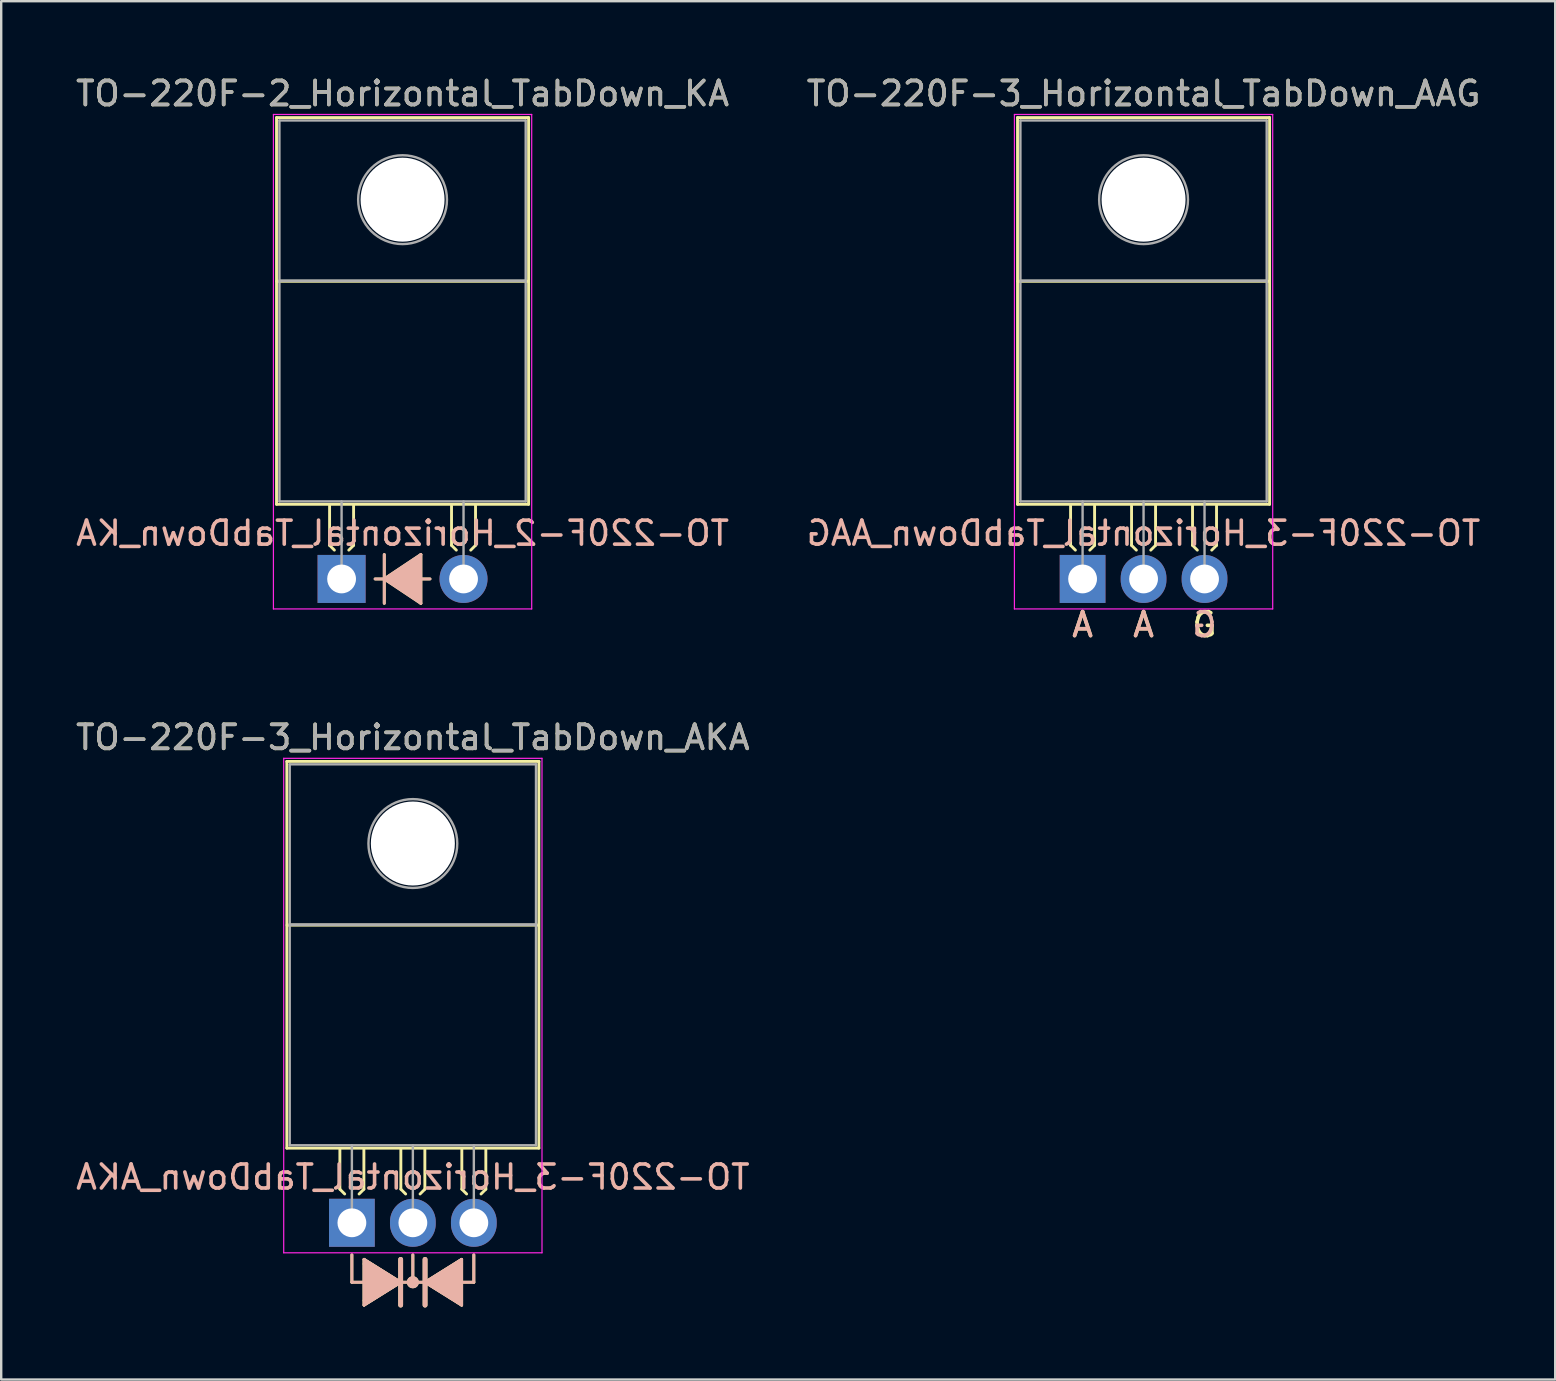
<source format=kicad_pcb>
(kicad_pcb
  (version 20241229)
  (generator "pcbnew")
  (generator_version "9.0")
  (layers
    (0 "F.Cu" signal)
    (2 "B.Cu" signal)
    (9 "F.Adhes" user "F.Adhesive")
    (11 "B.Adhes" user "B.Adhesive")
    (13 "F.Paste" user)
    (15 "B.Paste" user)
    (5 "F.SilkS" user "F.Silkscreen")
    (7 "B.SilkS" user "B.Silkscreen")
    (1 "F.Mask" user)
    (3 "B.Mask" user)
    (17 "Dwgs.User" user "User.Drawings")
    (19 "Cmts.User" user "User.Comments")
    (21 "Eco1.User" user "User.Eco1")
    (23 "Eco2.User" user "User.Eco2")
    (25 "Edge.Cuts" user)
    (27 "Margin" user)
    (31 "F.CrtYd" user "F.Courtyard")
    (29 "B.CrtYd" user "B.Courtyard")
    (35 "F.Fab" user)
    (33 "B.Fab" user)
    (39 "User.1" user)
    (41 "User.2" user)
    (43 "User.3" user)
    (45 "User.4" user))
  (footprint "TO-220F-2_Horizontal_TabDown_KA"
    (layer "F.Cu")
    (at 11.18 21.068)
    (property "Reference" "TO-220F-2_Horizontal_TabDown_KA" (at 2.54 -20.22 0) (layer "F.SilkS") (effects (font (size 1 1) (thickness 0.15))))
    (fp_line (start -2.71 -19.22) (end -2.71 -3.11) (stroke (width 0.12) (type solid)) (layer "F.SilkS"))
    (fp_line (start -2.71 -19.22) (end 7.79 -19.22) (stroke (width 0.12) (type solid)) (layer "F.SilkS"))
    (fp_line (start -2.71 -3.11) (end 7.79 -3.11) (stroke (width 0.12) (type solid)) (layer "F.SilkS"))
    (fp_line (start -2.7 -12.4) (end 7.75 -12.4) (stroke (width 0.12) (type solid)) (layer "F.SilkS"))
    (fp_line (start -0.5 -3.048) (end -0.5 -1.4) (stroke (width 0.12) (type solid)) (layer "F.SilkS"))
    (fp_line (start -0.5 -1.4) (end -0.3 -1.2) (stroke (width 0.12) (type solid)) (layer "F.SilkS"))
    (fp_line (start 0.5 -3.048) (end 0.5 -1.4) (stroke (width 0.12) (type solid)) (layer "F.SilkS"))
    (fp_line (start 0.5 -1.4) (end 0.3 -1.2) (stroke (width 0.12) (type solid)) (layer "F.SilkS"))
    (fp_line (start 1.397 0) (end 1.778 0) (stroke (width 0.12) (type solid)) (layer "F.SilkS"))
    (fp_line (start 1.778 0) (end 1.778 -1.016) (stroke (width 0.12) (type solid)) (layer "F.SilkS"))
    (fp_line (start 1.778 0) (end 1.778 1.016) (stroke (width 0.12) (type solid)) (layer "F.SilkS"))
    (fp_line (start 1.778 0) (end 3.302 1.016) (stroke (width 0.12) (type solid)) (layer "F.SilkS"))
    (fp_line (start 3.302 -1.016) (end 1.778 0) (stroke (width 0.12) (type solid)) (layer "F.SilkS"))
    (fp_line (start 3.302 0) (end 3.683 0) (stroke (width 0.12) (type solid)) (layer "F.SilkS"))
    (fp_line (start 3.302 1.016) (end 3.302 -1.016) (stroke (width 0.12) (type solid)) (layer "F.SilkS"))
    (fp_line (start 4.58 -3.048) (end 4.58 -1.4) (stroke (width 0.12) (type solid)) (layer "F.SilkS"))
    (fp_line (start 4.58 -1.4) (end 4.78 -1.2) (stroke (width 0.12) (type solid)) (layer "F.SilkS"))
    (fp_line (start 5.58 -3.048) (end 5.58 -1.4) (stroke (width 0.12) (type solid)) (layer "F.SilkS"))
    (fp_line (start 5.58 -1.4) (end 5.38 -1.2) (stroke (width 0.12) (type solid)) (layer "F.SilkS"))
    (fp_line (start 7.79 -19.22) (end 7.79 -3.11) (stroke (width 0.12) (type solid)) (layer "F.SilkS"))
    (fp_poly (pts (xy 3.3 1) (xy 1.8 0) (xy 3.3 -1)) (stroke (width 0.1) (type solid)) (fill yes) (layer "F.SilkS"))
    (fp_line (start 1.397 0) (end 1.778 0) (stroke (width 0.12) (type solid)) (layer "B.SilkS"))
    (fp_line (start 1.778 0) (end 1.778 -1.016) (stroke (width 0.12) (type solid)) (layer "B.SilkS"))
    (fp_line (start 1.778 0) (end 1.778 1.016) (stroke (width 0.12) (type solid)) (layer "B.SilkS"))
    (fp_line (start 1.778 0) (end 3.302 -1.016) (stroke (width 0.12) (type solid)) (layer "B.SilkS"))
    (fp_line (start 3.302 -1.016) (end 3.302 1.016) (stroke (width 0.12) (type solid)) (layer "B.SilkS"))
    (fp_line (start 3.302 0) (end 3.683 0) (stroke (width 0.12) (type solid)) (layer "B.SilkS"))
    (fp_line (start 3.302 1.016) (end 1.778 0) (stroke (width 0.12) (type solid)) (layer "B.SilkS"))
    (fp_poly (pts (xy 3.3 -1) (xy 1.8 0) (xy 3.3 1)) (stroke (width 0.1) (type solid)) (fill yes) (layer "B.SilkS"))
    (fp_line (start -2.84 -19.35) (end -2.84 1.25) (stroke (width 0.05) (type solid)) (layer "F.CrtYd"))
    (fp_line (start -2.84 1.25) (end 7.92 1.25) (stroke (width 0.05) (type solid)) (layer "F.CrtYd"))
    (fp_line (start 7.92 -19.35) (end -2.84 -19.35) (stroke (width 0.05) (type solid)) (layer "F.CrtYd"))
    (fp_line (start 7.92 1.25) (end 7.92 -19.35) (stroke (width 0.05) (type solid)) (layer "F.CrtYd"))
    (fp_line (start -2.59 -19.1) (end 7.67 -19.1) (stroke (width 0.1) (type solid)) (layer "F.Fab"))
    (fp_line (start -2.59 -12.42) (end -2.59 -19.1) (stroke (width 0.1) (type solid)) (layer "F.Fab"))
    (fp_line (start -2.59 -12.42) (end 7.67 -12.42) (stroke (width 0.1) (type solid)) (layer "F.Fab"))
    (fp_line (start -2.59 -3.23) (end -2.59 -12.42) (stroke (width 0.1) (type solid)) (layer "F.Fab"))
    (fp_line (start 0 -3.23) (end 0 0) (stroke (width 0.1) (type solid)) (layer "F.Fab"))
    (fp_line (start 5.08 -3.23) (end 5.08 0) (stroke (width 0.1) (type solid)) (layer "F.Fab"))
    (fp_line (start 7.67 -19.1) (end 7.67 -12.42) (stroke (width 0.1) (type solid)) (layer "F.Fab"))
    (fp_line (start 7.67 -12.42) (end -2.59 -12.42) (stroke (width 0.1) (type solid)) (layer "F.Fab"))
    (fp_line (start 7.67 -12.42) (end 7.67 -3.23) (stroke (width 0.1) (type solid)) (layer "F.Fab"))
    (fp_line (start 7.67 -3.23) (end -2.59 -3.23) (stroke (width 0.1) (type solid)) (layer "F.Fab"))
    (fp_circle (center 2.54 -15.8) (end 4.39 -15.8) (stroke (width 0.1) (type solid)) (fill no) (layer "F.Fab"))
    (fp_text user "${REFERENCE}" (at 2.54 -1.905 0) (layer "B.SilkS") (effects (font (size 1 1) (thickness 0.15)) (justify mirror)))
    (fp_text user "${REFERENCE}" (at 2.54 -20.22 0) (layer "F.Fab") (effects (font (size 1 1) (thickness 0.15))))
    (pad "" np_thru_hole oval (at 2.54 -15.8) (size 3.5 3.5) (drill 3.5) (layers "*.Cu" "*.Mask"))
    (pad "1" thru_hole rect (at 0 0) (size 2 2) (drill 1.2) (layers "*.Cu" "*.Mask"))
    (pad "2" thru_hole oval (at 5.08 0) (size 2 2) (drill 1.2) (layers "*.Cu" "*.Mask")))
  (footprint "TO-220F-3_Horizontal_TabDown_AAG"
    (layer "F.Cu")
    (at 42.049 21.068)
    (property "Reference" "TO-220F-3_Horizontal_TabDown_AAG" (at 2.54 -20.22 0) (layer "F.SilkS") (effects (font (size 1 1) (thickness 0.15))))
    (fp_line (start -2.71 -19.22) (end -2.71 -3.11) (stroke (width 0.12) (type solid)) (layer "F.SilkS"))
    (fp_line (start -2.71 -19.22) (end 7.79 -19.22) (stroke (width 0.12) (type solid)) (layer "F.SilkS"))
    (fp_line (start -2.71 -3.11) (end 7.79 -3.11) (stroke (width 0.12) (type solid)) (layer "F.SilkS"))
    (fp_line (start -2.7 -12.4) (end 7.75 -12.4) (stroke (width 0.12) (type solid)) (layer "F.SilkS"))
    (fp_line (start -0.5 -3.048) (end -0.5 -1.4) (stroke (width 0.12) (type solid)) (layer "F.SilkS"))
    (fp_line (start -0.5 -1.4) (end -0.3 -1.2) (stroke (width 0.12) (type solid)) (layer "F.SilkS"))
    (fp_line (start 0.5 -3.048) (end 0.5 -1.4) (stroke (width 0.12) (type solid)) (layer "F.SilkS"))
    (fp_line (start 0.5 -1.4) (end 0.3 -1.2) (stroke (width 0.12) (type solid)) (layer "F.SilkS"))
    (fp_line (start 2.04 -3.048) (end 2.04 -1.4) (stroke (width 0.12) (type solid)) (layer "F.SilkS"))
    (fp_line (start 2.04 -1.4) (end 2.24 -1.2) (stroke (width 0.12) (type solid)) (layer "F.SilkS"))
    (fp_line (start 3.04 -3.048) (end 3.04 -1.4) (stroke (width 0.12) (type solid)) (layer "F.SilkS"))
    (fp_line (start 3.04 -1.4) (end 2.84 -1.2) (stroke (width 0.12) (type solid)) (layer "F.SilkS"))
    (fp_line (start 4.58 -3.048) (end 4.58 -1.4) (stroke (width 0.12) (type solid)) (layer "F.SilkS"))
    (fp_line (start 4.58 -1.4) (end 4.78 -1.2) (stroke (width 0.12) (type solid)) (layer "F.SilkS"))
    (fp_line (start 5.58 -3.048) (end 5.58 -1.4) (stroke (width 0.12) (type solid)) (layer "F.SilkS"))
    (fp_line (start 5.58 -1.4) (end 5.38 -1.2) (stroke (width 0.12) (type solid)) (layer "F.SilkS"))
    (fp_line (start 7.79 -19.22) (end 7.79 -3.11) (stroke (width 0.12) (type solid)) (layer "F.SilkS"))
    (fp_line (start -2.84 -19.35) (end -2.84 1.25) (stroke (width 0.05) (type solid)) (layer "F.CrtYd"))
    (fp_line (start -2.84 1.25) (end 7.92 1.25) (stroke (width 0.05) (type solid)) (layer "F.CrtYd"))
    (fp_line (start 7.92 -19.35) (end -2.84 -19.35) (stroke (width 0.05) (type solid)) (layer "F.CrtYd"))
    (fp_line (start 7.92 1.25) (end 7.92 -19.35) (stroke (width 0.05) (type solid)) (layer "F.CrtYd"))
    (fp_line (start -2.59 -19.1) (end 7.67 -19.1) (stroke (width 0.1) (type solid)) (layer "F.Fab"))
    (fp_line (start -2.59 -12.42) (end -2.59 -19.1) (stroke (width 0.1) (type solid)) (layer "F.Fab"))
    (fp_line (start -2.59 -12.42) (end 7.67 -12.42) (stroke (width 0.1) (type solid)) (layer "F.Fab"))
    (fp_line (start -2.59 -3.23) (end -2.59 -12.42) (stroke (width 0.1) (type solid)) (layer "F.Fab"))
    (fp_line (start 0 -3.23) (end 0 0) (stroke (width 0.1) (type solid)) (layer "F.Fab"))
    (fp_line (start 2.54 -3.23) (end 2.54 0) (stroke (width 0.1) (type solid)) (layer "F.Fab"))
    (fp_line (start 5.08 -3.23) (end 5.08 0) (stroke (width 0.1) (type solid)) (layer "F.Fab"))
    (fp_line (start 7.67 -19.1) (end 7.67 -12.42) (stroke (width 0.1) (type solid)) (layer "F.Fab"))
    (fp_line (start 7.67 -12.42) (end -2.59 -12.42) (stroke (width 0.1) (type solid)) (layer "F.Fab"))
    (fp_line (start 7.67 -12.42) (end 7.67 -3.23) (stroke (width 0.1) (type solid)) (layer "F.Fab"))
    (fp_line (start 7.67 -3.23) (end -2.59 -3.23) (stroke (width 0.1) (type solid)) (layer "F.Fab"))
    (fp_circle (center 2.54 -15.8) (end 4.39 -15.8) (stroke (width 0.1) (type solid)) (fill no) (layer "F.Fab"))
    (fp_text user "A" (at 2.54 1.905 0) (unlocked yes) (layer "F.SilkS") (effects (font (size 1 1) (thickness 0.15))))
    (fp_text user "A" (at 0 1.905 0) (unlocked yes) (layer "F.SilkS") (effects (font (size 1 1) (thickness 0.15))))
    (fp_text user "G" (at 5.08 1.905 0) (unlocked yes) (layer "F.SilkS") (effects (font (size 1 1) (thickness 0.15))))
    (fp_text user "A" (at 2.54 1.905 0) (unlocked yes) (layer "B.SilkS") (effects (font (size 1 1) (thickness 0.15)) (justify mirror)))
    (fp_text user "G" (at 5.08 1.905 0) (unlocked yes) (layer "B.SilkS") (effects (font (size 1 1) (thickness 0.15)) (justify mirror)))
    (fp_text user "A" (at 0 1.905 0) (unlocked yes) (layer "B.SilkS") (effects (font (size 1 1) (thickness 0.15)) (justify mirror)))
    (fp_text user "${REFERENCE}" (at 2.54 -1.905 0) (layer "B.SilkS") (effects (font (size 1 1) (thickness 0.15)) (justify mirror)))
    (fp_text user "${REFERENCE}" (at 2.54 -20.22 0) (layer "F.Fab") (effects (font (size 1 1) (thickness 0.15))))
    (pad "" np_thru_hole oval (at 2.54 -15.8) (size 3.5 3.5) (drill 3.5) (layers "*.Cu" "*.Mask"))
    (pad "1" thru_hole rect (at 0 0) (size 1.905 2) (drill 1.2) (layers "*.Cu" "*.Mask"))
    (pad "2" thru_hole oval (at 2.54 0) (size 1.905 2) (drill 1.2) (layers "*.Cu" "*.Mask"))
    (pad "3" thru_hole oval (at 5.08 0) (size 1.905 2) (drill 1.2) (layers "*.Cu" "*.Mask")))
  (footprint "TO-220F-3_Horizontal_TabDown_AKA"
    (layer "F.Cu")
    (at 11.609 47.89)
    (property "Reference" "TO-220F-3_Horizontal_TabDown_AKA" (at 2.54 -20.22 0) (layer "F.SilkS") (effects (font (size 1 1) (thickness 0.15))))
    (fp_line (start -2.71 -19.22) (end -2.71 -3.11) (stroke (width 0.12) (type solid)) (layer "F.SilkS"))
    (fp_line (start -2.71 -19.22) (end 7.79 -19.22) (stroke (width 0.12) (type solid)) (layer "F.SilkS"))
    (fp_line (start -2.71 -3.11) (end 7.79 -3.11) (stroke (width 0.12) (type solid)) (layer "F.SilkS"))
    (fp_line (start -2.7 -12.4) (end 7.75 -12.4) (stroke (width 0.12) (type solid)) (layer "F.SilkS"))
    (fp_line (start -0.5 -3.048) (end -0.5 -1.4) (stroke (width 0.12) (type solid)) (layer "F.SilkS"))
    (fp_line (start -0.5 -1.4) (end -0.3 -1.2) (stroke (width 0.12) (type solid)) (layer "F.SilkS"))
    (fp_line (start 0 1.333) (end 0 2.477) (stroke (width 0.12) (type solid)) (layer "F.SilkS"))
    (fp_line (start 0 2.477) (end 0.508 2.477) (stroke (width 0.12) (type solid)) (layer "F.SilkS"))
    (fp_line (start 0.5 -3.048) (end 0.5 -1.4) (stroke (width 0.12) (type solid)) (layer "F.SilkS"))
    (fp_line (start 0.5 -1.4) (end 0.3 -1.2) (stroke (width 0.12) (type solid)) (layer "F.SilkS"))
    (fp_line (start 0.508 1.714) (end 0.508 1.524) (stroke (width 0.12) (type solid)) (layer "F.SilkS"))
    (fp_line (start 0.508 1.714) (end 0.508 3.239) (stroke (width 0.12) (type solid)) (layer "F.SilkS"))
    (fp_line (start 0.508 3.239) (end 0.508 3.429) (stroke (width 0.12) (type solid)) (layer "F.SilkS"))
    (fp_line (start 2.032 2.477) (end 0.508 1.524) (stroke (width 0.12) (type solid)) (layer "F.SilkS"))
    (fp_line (start 2.032 2.477) (end 0.508 3.429) (stroke (width 0.12) (type solid)) (layer "F.SilkS"))
    (fp_line (start 2.032 3.429) (end 2.032 1.524) (stroke (width 0.2) (type solid)) (layer "F.SilkS"))
    (fp_line (start 2.04 -3.048) (end 2.04 -1.4) (stroke (width 0.12) (type solid)) (layer "F.SilkS"))
    (fp_line (start 2.04 -1.4) (end 2.24 -1.2) (stroke (width 0.12) (type solid)) (layer "F.SilkS"))
    (fp_line (start 2.54 1.333) (end 2.54 2.477) (stroke (width 0.12) (type solid)) (layer "F.SilkS"))
    (fp_line (start 2.54 2.477) (end 2.032 2.477) (stroke (width 0.12) (type solid)) (layer "F.SilkS"))
    (fp_line (start 2.54 2.477) (end 3.048 2.477) (stroke (width 0.12) (type solid)) (layer "F.SilkS"))
    (fp_line (start 3.04 -3.048) (end 3.04 -1.4) (stroke (width 0.12) (type solid)) (layer "F.SilkS"))
    (fp_line (start 3.04 -1.4) (end 2.84 -1.2) (stroke (width 0.12) (type solid)) (layer "F.SilkS"))
    (fp_line (start 3.048 1.524) (end 3.048 3.429) (stroke (width 0.2) (type solid)) (layer "F.SilkS"))
    (fp_line (start 3.048 2.477) (end 4.572 3.429) (stroke (width 0.12) (type solid)) (layer "F.SilkS"))
    (fp_line (start 4.572 1.524) (end 3.048 2.477) (stroke (width 0.12) (type solid)) (layer "F.SilkS"))
    (fp_line (start 4.572 3.429) (end 4.572 1.524) (stroke (width 0.12) (type solid)) (layer "F.SilkS"))
    (fp_line (start 4.58 -3.048) (end 4.58 -1.4) (stroke (width 0.12) (type solid)) (layer "F.SilkS"))
    (fp_line (start 4.58 -1.4) (end 4.78 -1.2) (stroke (width 0.12) (type solid)) (layer "F.SilkS"))
    (fp_line (start 5.08 1.333) (end 5.08 2.477) (stroke (width 0.12) (type solid)) (layer "F.SilkS"))
    (fp_line (start 5.08 2.477) (end 4.572 2.477) (stroke (width 0.12) (type solid)) (layer "F.SilkS"))
    (fp_line (start 5.58 -3.048) (end 5.58 -1.4) (stroke (width 0.12) (type solid)) (layer "F.SilkS"))
    (fp_line (start 5.58 -1.4) (end 5.38 -1.2) (stroke (width 0.12) (type solid)) (layer "F.SilkS"))
    (fp_line (start 7.79 -19.22) (end 7.79 -3.11) (stroke (width 0.12) (type solid)) (layer "F.SilkS"))
    (fp_circle (center 2.54 2.477) (end 2.54 2.54) (stroke (width 0.12) (type solid)) (fill no) (layer "F.SilkS"))
    (fp_circle (center 2.54 2.477) (end 2.54 2.603) (stroke (width 0.12) (type solid)) (fill no) (layer "F.SilkS"))
    (fp_circle (center 2.54 2.477) (end 2.54 2.667) (stroke (width 0.12) (type solid)) (fill no) (layer "F.SilkS"))
    (fp_poly (pts (xy 2.032 2.477) (xy 0.508 3.429) (xy 0.508 1.524)) (stroke (width 0.1) (type solid)) (fill yes) (layer "F.SilkS"))
    (fp_poly (pts (xy 4.572 3.429) (xy 3.048 2.477) (xy 4.572 1.524)) (stroke (width 0.1) (type solid)) (fill yes) (layer "F.SilkS"))
    (fp_line (start 0 1.333) (end 0 2.477) (stroke (width 0.12) (type solid)) (layer "B.SilkS"))
    (fp_line (start 0 2.477) (end 0.508 2.477) (stroke (width 0.12) (type solid)) (layer "B.SilkS"))
    (fp_line (start 0.508 1.524) (end 2.032 2.477) (stroke (width 0.12) (type solid)) (layer "B.SilkS"))
    (fp_line (start 0.508 3.429) (end 0.508 1.524) (stroke (width 0.12) (type solid)) (layer "B.SilkS"))
    (fp_line (start 2.032 1.524) (end 2.032 3.429) (stroke (width 0.2) (type solid)) (layer "B.SilkS"))
    (fp_line (start 2.032 2.477) (end 0.508 3.429) (stroke (width 0.12) (type solid)) (layer "B.SilkS"))
    (fp_line (start 2.54 1.333) (end 2.54 2.477) (stroke (width 0.12) (type solid)) (layer "B.SilkS"))
    (fp_line (start 2.54 2.477) (end 2.032 2.477) (stroke (width 0.12) (type solid)) (layer "B.SilkS"))
    (fp_line (start 2.54 2.477) (end 3.048 2.477) (stroke (width 0.12) (type solid)) (layer "B.SilkS"))
    (fp_line (start 3.048 2.477) (end 4.572 1.524) (stroke (width 0.12) (type solid)) (layer "B.SilkS"))
    (fp_line (start 3.048 2.477) (end 4.572 3.429) (stroke (width 0.12) (type solid)) (layer "B.SilkS"))
    (fp_line (start 3.048 3.429) (end 3.048 1.524) (stroke (width 0.2) (type solid)) (layer "B.SilkS"))
    (fp_line (start 4.572 1.714) (end 4.572 1.524) (stroke (width 0.12) (type solid)) (layer "B.SilkS"))
    (fp_line (start 4.572 1.714) (end 4.572 3.239) (stroke (width 0.12) (type solid)) (layer "B.SilkS"))
    (fp_line (start 4.572 3.239) (end 4.572 3.429) (stroke (width 0.12) (type solid)) (layer "B.SilkS"))
    (fp_line (start 5.08 1.333) (end 5.08 2.477) (stroke (width 0.12) (type solid)) (layer "B.SilkS"))
    (fp_line (start 5.08 2.477) (end 4.572 2.477) (stroke (width 0.12) (type solid)) (layer "B.SilkS"))
    (fp_circle (center 2.54 2.477) (end 2.54 2.54) (stroke (width 0.12) (type solid)) (fill no) (layer "B.SilkS"))
    (fp_circle (center 2.54 2.477) (end 2.54 2.603) (stroke (width 0.12) (type solid)) (fill no) (layer "B.SilkS"))
    (fp_circle (center 2.54 2.477) (end 2.54 2.667) (stroke (width 0.12) (type solid)) (fill no) (layer "B.SilkS"))
    (fp_poly (pts (xy 0.508 3.429) (xy 2.032 2.477) (xy 0.508 1.524)) (stroke (width 0.1) (type solid)) (fill yes) (layer "B.SilkS"))
    (fp_poly (pts (xy 3.048 2.477) (xy 4.572 3.429) (xy 4.572 1.524)) (stroke (width 0.1) (type solid)) (fill yes) (layer "B.SilkS"))
    (fp_line (start -2.84 -19.35) (end -2.84 1.25) (stroke (width 0.05) (type solid)) (layer "F.CrtYd"))
    (fp_line (start -2.84 1.25) (end 7.92 1.25) (stroke (width 0.05) (type solid)) (layer "F.CrtYd"))
    (fp_line (start 7.92 -19.35) (end -2.84 -19.35) (stroke (width 0.05) (type solid)) (layer "F.CrtYd"))
    (fp_line (start 7.92 1.25) (end 7.92 -19.35) (stroke (width 0.05) (type solid)) (layer "F.CrtYd"))
    (fp_line (start -2.59 -19.1) (end 7.67 -19.1) (stroke (width 0.1) (type solid)) (layer "F.Fab"))
    (fp_line (start -2.59 -12.42) (end -2.59 -19.1) (stroke (width 0.1) (type solid)) (layer "F.Fab"))
    (fp_line (start -2.59 -12.42) (end 7.67 -12.42) (stroke (width 0.1) (type solid)) (layer "F.Fab"))
    (fp_line (start -2.59 -3.23) (end -2.59 -12.42) (stroke (width 0.1) (type solid)) (layer "F.Fab"))
    (fp_line (start 0 -3.23) (end 0 0) (stroke (width 0.1) (type solid)) (layer "F.Fab"))
    (fp_line (start 2.54 -3.23) (end 2.54 0) (stroke (width 0.1) (type solid)) (layer "F.Fab"))
    (fp_line (start 5.08 -3.23) (end 5.08 0) (stroke (width 0.1) (type solid)) (layer "F.Fab"))
    (fp_line (start 7.67 -19.1) (end 7.67 -12.42) (stroke (width 0.1) (type solid)) (layer "F.Fab"))
    (fp_line (start 7.67 -12.42) (end -2.59 -12.42) (stroke (width 0.1) (type solid)) (layer "F.Fab"))
    (fp_line (start 7.67 -12.42) (end 7.67 -3.23) (stroke (width 0.1) (type solid)) (layer "F.Fab"))
    (fp_line (start 7.67 -3.23) (end -2.59 -3.23) (stroke (width 0.1) (type solid)) (layer "F.Fab"))
    (fp_circle (center 2.54 -15.8) (end 4.39 -15.8) (stroke (width 0.1) (type solid)) (fill no) (layer "F.Fab"))
    (fp_text user "${REFERENCE}" (at 2.54 -1.905 0) (layer "B.SilkS") (effects (font (size 1 1) (thickness 0.15)) (justify mirror)))
    (fp_text user "${REFERENCE}" (at 2.54 -20.22 0) (layer "F.Fab") (effects (font (size 1 1) (thickness 0.15))))
    (pad "" np_thru_hole oval (at 2.54 -15.8) (size 3.5 3.5) (drill 3.5) (layers "*.Cu" "*.Mask"))
    (pad "1" thru_hole rect (at 0 0) (size 1.905 2) (drill 1.2) (layers "*.Cu" "*.Mask"))
    (pad "2" thru_hole oval (at 2.54 0) (size 1.905 2) (drill 1.2) (layers "*.Cu" "*.Mask"))
    (pad "3" thru_hole oval (at 5.08 0) (size 1.905 2) (drill 1.2) (layers "*.Cu" "*.Mask")))
  (gr_rect
    (start -3 -3)
    (end 61.738 54.419)
    (stroke (width 0.1) (type default))
    (fill no)
    (layer "Edge.Cuts")))
</source>
